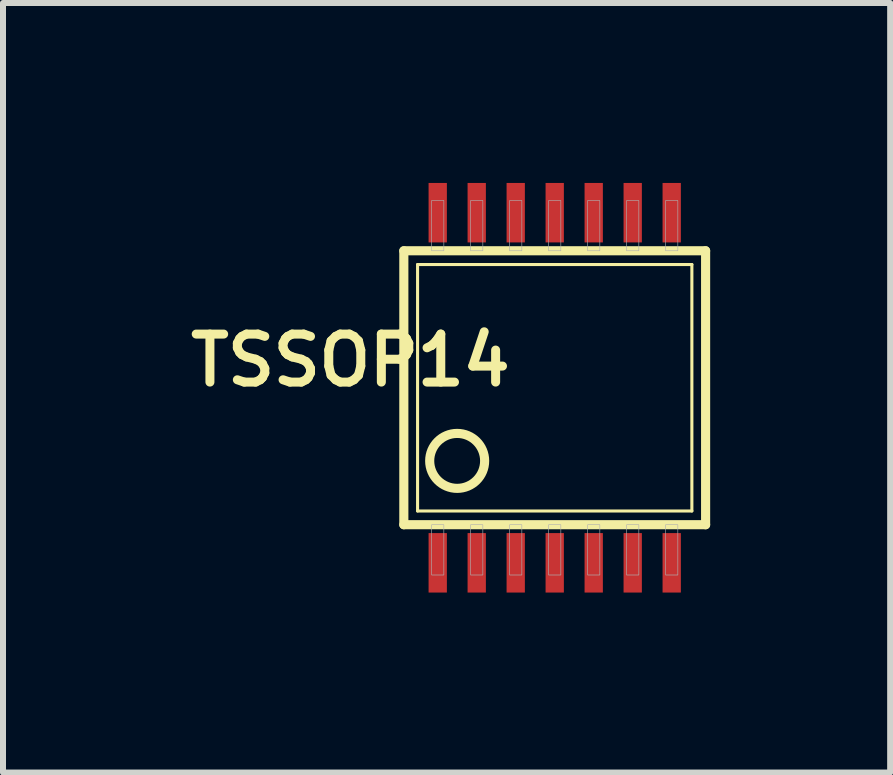
<source format=kicad_pcb>
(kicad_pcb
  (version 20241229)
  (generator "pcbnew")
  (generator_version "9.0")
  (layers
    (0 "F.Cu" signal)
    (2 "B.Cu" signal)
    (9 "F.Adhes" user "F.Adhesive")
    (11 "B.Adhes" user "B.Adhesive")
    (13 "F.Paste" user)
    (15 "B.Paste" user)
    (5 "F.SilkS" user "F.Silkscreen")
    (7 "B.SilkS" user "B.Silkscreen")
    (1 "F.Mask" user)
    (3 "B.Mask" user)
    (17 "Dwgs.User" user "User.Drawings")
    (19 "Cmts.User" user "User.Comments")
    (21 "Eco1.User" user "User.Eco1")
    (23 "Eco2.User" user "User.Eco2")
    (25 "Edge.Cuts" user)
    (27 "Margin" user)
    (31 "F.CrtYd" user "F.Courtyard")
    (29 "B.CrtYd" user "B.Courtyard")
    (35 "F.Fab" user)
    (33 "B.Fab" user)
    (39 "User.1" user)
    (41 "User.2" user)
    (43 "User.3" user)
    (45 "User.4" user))
  (footprint "TSSOP14"
    (layer "F.Cu")
    (at 6.196 3.413)
    (property "Reference" "TSSOP14" (at -3.404 -0.457 180) (layer "F.SilkS") (effects (font (size 0.8 0.8) (thickness 0.15))))
    (attr smd)
    (fp_line (start -2.515 2.283) (end -2.515 -2.283) (stroke (width 0.152) (type solid)) (layer "F.SilkS"))
    (fp_line (start -2.515 2.283) (end 2.515 2.283) (stroke (width 0.152) (type solid)) (layer "F.SilkS"))
    (fp_line (start -2.286 2.054) (end -2.286 -2.054) (stroke (width 0.051) (type solid)) (layer "F.SilkS"))
    (fp_line (start -2.286 2.054) (end 2.286 2.054) (stroke (width 0.051) (type solid)) (layer "F.SilkS"))
    (fp_line (start 2.286 -2.054) (end -2.286 -2.054) (stroke (width 0.051) (type solid)) (layer "F.SilkS"))
    (fp_line (start 2.286 -2.054) (end 2.286 2.054) (stroke (width 0.051) (type solid)) (layer "F.SilkS"))
    (fp_line (start 2.515 -2.283) (end -2.515 -2.283) (stroke (width 0.152) (type solid)) (layer "F.SilkS"))
    (fp_line (start 2.515 -2.283) (end 2.515 2.283) (stroke (width 0.152) (type solid)) (layer "F.SilkS"))
    (fp_circle (center -1.626 1.219) (end -1.168 1.219) (stroke (width 0.152) (type solid)) (fill no) (layer "F.SilkS"))
    (fp_poly (pts (xy -2.052 -3.121) (xy -1.848 -3.121) (xy -1.848 -2.283) (xy -2.052 -2.283)) (stroke (width 0.01) (type solid)) (fill no) (layer "F.Fab"))
    (fp_poly (pts (xy -2.052 2.283) (xy -1.848 2.283) (xy -1.848 3.121) (xy -2.052 3.121)) (stroke (width 0.01) (type solid)) (fill no) (layer "F.Fab"))
    (fp_poly (pts (xy -1.402 -3.121) (xy -1.198 -3.121) (xy -1.198 -2.283) (xy -1.402 -2.283)) (stroke (width 0.01) (type solid)) (fill no) (layer "F.Fab"))
    (fp_poly (pts (xy -1.402 2.283) (xy -1.198 2.283) (xy -1.198 3.121) (xy -1.402 3.121)) (stroke (width 0.01) (type solid)) (fill no) (layer "F.Fab"))
    (fp_poly (pts (xy -0.752 -3.121) (xy -0.548 -3.121) (xy -0.548 -2.283) (xy -0.752 -2.283)) (stroke (width 0.01) (type solid)) (fill no) (layer "F.Fab"))
    (fp_poly (pts (xy -0.752 2.283) (xy -0.548 2.283) (xy -0.548 3.121) (xy -0.752 3.121)) (stroke (width 0.01) (type solid)) (fill no) (layer "F.Fab"))
    (fp_poly (pts (xy -0.102 -3.121) (xy 0.102 -3.121) (xy 0.102 -2.283) (xy -0.102 -2.283)) (stroke (width 0.01) (type solid)) (fill no) (layer "F.Fab"))
    (fp_poly (pts (xy -0.102 2.283) (xy 0.102 2.283) (xy 0.102 3.121) (xy -0.102 3.121)) (stroke (width 0.01) (type solid)) (fill no) (layer "F.Fab"))
    (fp_poly (pts (xy 0.548 -3.121) (xy 0.752 -3.121) (xy 0.752 -2.283) (xy 0.548 -2.283)) (stroke (width 0.01) (type solid)) (fill no) (layer "F.Fab"))
    (fp_poly (pts (xy 0.548 2.283) (xy 0.752 2.283) (xy 0.752 3.121) (xy 0.548 3.121)) (stroke (width 0.01) (type solid)) (fill no) (layer "F.Fab"))
    (fp_poly (pts (xy 1.198 -3.121) (xy 1.402 -3.121) (xy 1.402 -2.283) (xy 1.198 -2.283)) (stroke (width 0.01) (type solid)) (fill no) (layer "F.Fab"))
    (fp_poly (pts (xy 1.198 2.283) (xy 1.402 2.283) (xy 1.402 3.121) (xy 1.198 3.121)) (stroke (width 0.01) (type solid)) (fill no) (layer "F.Fab"))
    (fp_poly (pts (xy 1.848 -3.121) (xy 2.052 -3.121) (xy 2.052 -2.283) (xy 1.848 -2.283)) (stroke (width 0.01) (type solid)) (fill no) (layer "F.Fab"))
    (fp_poly (pts (xy 1.848 2.283) (xy 2.052 2.283) (xy 2.052 3.121) (xy 1.848 3.121)) (stroke (width 0.01) (type solid)) (fill no) (layer "F.Fab"))
    (pad "1" smd rect (at -1.95 2.918) (size 0.305 0.991) (layers "F.Cu" "F.Mask" "F.Paste"))
    (pad "2" smd rect (at -1.3 2.918) (size 0.305 0.991) (layers "F.Cu" "F.Mask" "F.Paste"))
    (pad "3" smd rect (at -0.65 2.918) (size 0.305 0.991) (layers "F.Cu" "F.Mask" "F.Paste"))
    (pad "4" smd rect (at 0 2.918) (size 0.305 0.991) (layers "F.Cu" "F.Mask" "F.Paste"))
    (pad "5" smd rect (at 0.65 2.918) (size 0.305 0.991) (layers "F.Cu" "F.Mask" "F.Paste"))
    (pad "6" smd rect (at 1.3 2.918) (size 0.305 0.991) (layers "F.Cu" "F.Mask" "F.Paste"))
    (pad "7" smd rect (at 1.95 2.918) (size 0.305 0.991) (layers "F.Cu" "F.Mask" "F.Paste"))
    (pad "8" smd rect (at 1.95 -2.918) (size 0.305 0.991) (layers "F.Cu" "F.Mask" "F.Paste"))
    (pad "9" smd rect (at 1.3 -2.918) (size 0.305 0.991) (layers "F.Cu" "F.Mask" "F.Paste"))
    (pad "10" smd rect (at 0.65 -2.918) (size 0.305 0.991) (layers "F.Cu" "F.Mask" "F.Paste"))
    (pad "11" smd rect (at 0 -2.918) (size 0.305 0.991) (layers "F.Cu" "F.Mask" "F.Paste"))
    (pad "12" smd rect (at -0.65 -2.918) (size 0.305 0.991) (layers "F.Cu" "F.Mask" "F.Paste"))
    (pad "13" smd rect (at -1.3 -2.918) (size 0.305 0.991) (layers "F.Cu" "F.Mask" "F.Paste"))
    (pad "14" smd rect (at -1.95 -2.918) (size 0.305 0.991) (layers "F.Cu" "F.Mask" "F.Paste")))
  (gr_rect
    (start -3 -3)
    (end 11.787 9.826)
    (stroke (width 0.1) (type default))
    (fill no)
    (layer "Edge.Cuts")))
</source>
